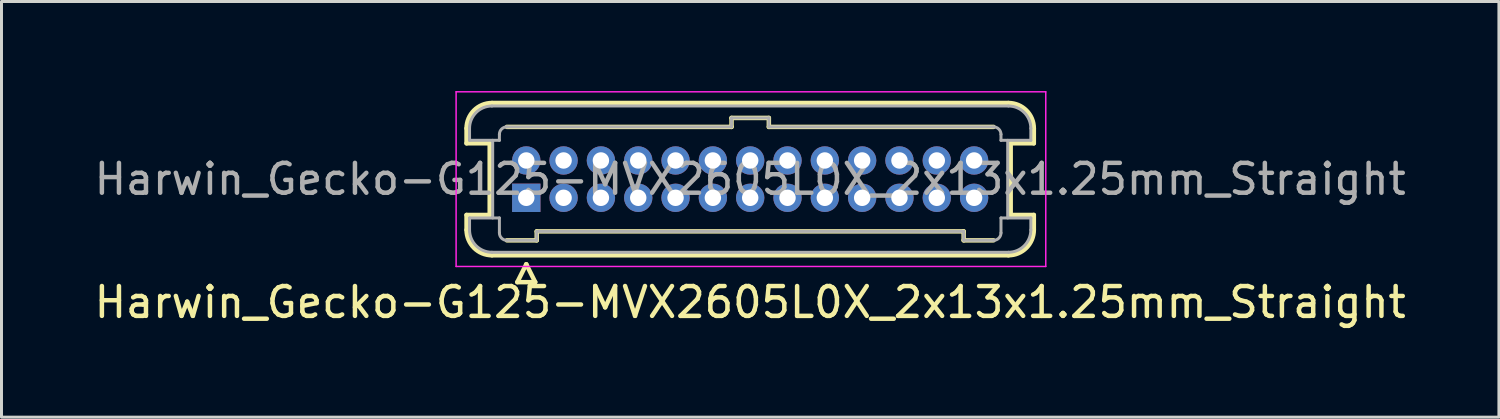
<source format=kicad_pcb>
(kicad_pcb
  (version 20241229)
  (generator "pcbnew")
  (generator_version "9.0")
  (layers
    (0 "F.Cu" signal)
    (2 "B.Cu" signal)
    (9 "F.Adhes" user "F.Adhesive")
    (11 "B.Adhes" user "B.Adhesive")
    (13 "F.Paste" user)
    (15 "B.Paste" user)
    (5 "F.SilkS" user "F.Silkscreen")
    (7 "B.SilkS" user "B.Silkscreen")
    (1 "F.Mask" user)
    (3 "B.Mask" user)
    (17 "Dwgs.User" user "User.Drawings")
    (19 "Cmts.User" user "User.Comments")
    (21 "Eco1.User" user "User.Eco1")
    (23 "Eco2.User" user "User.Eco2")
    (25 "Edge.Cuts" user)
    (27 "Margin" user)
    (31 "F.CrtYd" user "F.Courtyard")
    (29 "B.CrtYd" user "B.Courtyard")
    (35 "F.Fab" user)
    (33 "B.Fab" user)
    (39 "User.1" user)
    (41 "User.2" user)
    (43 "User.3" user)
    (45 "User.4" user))
  (footprint "Harwin_Gecko-G125-MVX2605L0X_2x13x1.25mm_Straight"
    (layer "F.Cu")
    (at 14.577 3.575)
    (property "Reference" "Harwin_Gecko-G125-MVX2605L0X_2x13x1.25mm_Straight" (at 7.5 3.5 0) (layer "F.SilkS") (effects (font (size 1 1) (thickness 0.15))))
    (attr through_hole)
    (fp_line (start -2 -1.825) (end -2 -2.325) (stroke (width 0.15) (type solid)) (layer "F.SilkS"))
    (fp_line (start -2 -1.825) (end -1.225 -1.825) (stroke (width 0.15) (type solid)) (layer "F.SilkS"))
    (fp_line (start -2 0.575) (end -1.225 0.575) (stroke (width 0.15) (type solid)) (layer "F.SilkS"))
    (fp_line (start -2 1.075) (end -2 0.575) (stroke (width 0.15) (type solid)) (layer "F.SilkS"))
    (fp_line (start -1.225 -1.825) (end -1.225 0.575) (stroke (width 0.15) (type solid)) (layer "F.SilkS"))
    (fp_line (start -1.15 -3.175) (end 16.15 -3.175) (stroke (width 0.15) (type solid)) (layer "F.SilkS"))
    (fp_line (start -1.15 1.925) (end 16.15 1.925) (stroke (width 0.15) (type solid)) (layer "F.SilkS"))
    (fp_line (start -0.65 -2.375) (end 6.875 -2.375) (stroke (width 0.15) (type solid)) (layer "F.SilkS"))
    (fp_line (start -0.65 1.425) (end 0.35 1.425) (stroke (width 0.15) (type solid)) (layer "F.SilkS"))
    (fp_line (start -0.3 2.825) (end 0.3 2.825) (stroke (width 0.15) (type solid)) (layer "F.SilkS"))
    (fp_line (start 0 2.225) (end -0.3 2.825) (stroke (width 0.15) (type solid)) (layer "F.SilkS"))
    (fp_line (start 0.3 2.825) (end 0 2.225) (stroke (width 0.15) (type solid)) (layer "F.SilkS"))
    (fp_line (start 0.35 1.125) (end 14.65 1.125) (stroke (width 0.15) (type solid)) (layer "F.SilkS"))
    (fp_line (start 0.35 1.425) (end 0.35 1.125) (stroke (width 0.15) (type solid)) (layer "F.SilkS"))
    (fp_line (start 6.875 -2.675) (end 8.125 -2.675) (stroke (width 0.15) (type solid)) (layer "F.SilkS"))
    (fp_line (start 6.875 -2.375) (end 6.875 -2.675) (stroke (width 0.15) (type solid)) (layer "F.SilkS"))
    (fp_line (start 8.125 -2.675) (end 8.125 -2.375) (stroke (width 0.15) (type solid)) (layer "F.SilkS"))
    (fp_line (start 8.125 -2.375) (end 15.65 -2.375) (stroke (width 0.15) (type solid)) (layer "F.SilkS"))
    (fp_line (start 14.65 1.125) (end 14.65 1.425) (stroke (width 0.15) (type solid)) (layer "F.SilkS"))
    (fp_line (start 14.65 1.425) (end 15.65 1.425) (stroke (width 0.15) (type solid)) (layer "F.SilkS"))
    (fp_line (start 16.225 -1.825) (end 16.225 0.575) (stroke (width 0.15) (type solid)) (layer "F.SilkS"))
    (fp_line (start 17 -2.325) (end 17 -1.825) (stroke (width 0.15) (type solid)) (layer "F.SilkS"))
    (fp_line (start 17 -1.825) (end 16.225 -1.825) (stroke (width 0.15) (type solid)) (layer "F.SilkS"))
    (fp_line (start 17 0.575) (end 16.225 0.575) (stroke (width 0.15) (type solid)) (layer "F.SilkS"))
    (fp_line (start 17 1.075) (end 17 0.575) (stroke (width 0.15) (type solid)) (layer "F.SilkS"))
    (fp_arc (start -2 -2.325) (mid -1.751041 -2.926041) (end -1.15 -3.175) (stroke (width 0.15) (type solid)) (layer "F.SilkS"))
    (fp_arc (start -1.15 1.925) (mid -1.751041 1.676041) (end -2 1.075) (stroke (width 0.15) (type solid)) (layer "F.SilkS"))
    (fp_arc (start 16.15 -3.175) (mid 16.751041 -2.926041) (end 17 -2.325) (stroke (width 0.15) (type solid)) (layer "F.SilkS"))
    (fp_arc (start 17 1.075) (mid 16.751041 1.676041) (end 16.15 1.925) (stroke (width 0.15) (type solid)) (layer "F.SilkS"))
    (fp_line (start -2.35 -3.55) (end -2.35 2.3) (stroke (width 0.05) (type solid)) (layer "F.CrtYd"))
    (fp_line (start -2.35 2.3) (end 17.4 2.3) (stroke (width 0.05) (type solid)) (layer "F.CrtYd"))
    (fp_line (start 17.4 -3.55) (end -2.35 -3.55) (stroke (width 0.05) (type solid)) (layer "F.CrtYd"))
    (fp_line (start 17.4 2.3) (end 17.4 -3.55) (stroke (width 0.05) (type solid)) (layer "F.CrtYd"))
    (fp_line (start -1.9 -2.325) (end -1.9 -1.925) (stroke (width 0.1) (type solid)) (layer "F.Fab"))
    (fp_line (start -1.9 -1.925) (end -0.9 -1.925) (stroke (width 0.1) (type solid)) (layer "F.Fab"))
    (fp_line (start -1.9 0.675) (end -0.9 0.675) (stroke (width 0.1) (type solid)) (layer "F.Fab"))
    (fp_line (start -1.9 1.075) (end -1.9 0.675) (stroke (width 0.1) (type solid)) (layer "F.Fab"))
    (fp_line (start -1.15 -3.075) (end 16.15 -3.075) (stroke (width 0.1) (type solid)) (layer "F.Fab"))
    (fp_line (start -1.15 1.825) (end 16.15 1.825) (stroke (width 0.1) (type solid)) (layer "F.Fab"))
    (fp_line (start -1.125 -1.925) (end -1.125 0.675) (stroke (width 0.1) (type solid)) (layer "F.Fab"))
    (fp_line (start -0.9 -2.125) (end -0.9 -1.925) (stroke (width 0.1) (type solid)) (layer "F.Fab"))
    (fp_line (start -0.9 1.175) (end -0.9 0.675) (stroke (width 0.1) (type solid)) (layer "F.Fab"))
    (fp_line (start -0.65 -2.375) (end 6.875 -2.375) (stroke (width 0.1) (type solid)) (layer "F.Fab"))
    (fp_line (start -0.65 1.425) (end 0.35 1.425) (stroke (width 0.1) (type solid)) (layer "F.Fab"))
    (fp_line (start 0.35 1.125) (end 14.65 1.125) (stroke (width 0.1) (type solid)) (layer "F.Fab"))
    (fp_line (start 0.35 1.425) (end 0.35 1.125) (stroke (width 0.1) (type solid)) (layer "F.Fab"))
    (fp_line (start 6.875 -2.675) (end 8.125 -2.675) (stroke (width 0.1) (type solid)) (layer "F.Fab"))
    (fp_line (start 6.875 -2.375) (end 6.875 -2.675) (stroke (width 0.1) (type solid)) (layer "F.Fab"))
    (fp_line (start 8.125 -2.675) (end 8.125 -2.375) (stroke (width 0.1) (type solid)) (layer "F.Fab"))
    (fp_line (start 8.125 -2.375) (end 15.65 -2.375) (stroke (width 0.1) (type solid)) (layer "F.Fab"))
    (fp_line (start 14.65 1.125) (end 14.65 1.425) (stroke (width 0.1) (type solid)) (layer "F.Fab"))
    (fp_line (start 14.65 1.425) (end 15.65 1.425) (stroke (width 0.1) (type solid)) (layer "F.Fab"))
    (fp_line (start 15.9 -2.125) (end 15.9 -1.925) (stroke (width 0.1) (type solid)) (layer "F.Fab"))
    (fp_line (start 15.9 1.175) (end 15.9 0.675) (stroke (width 0.1) (type solid)) (layer "F.Fab"))
    (fp_line (start 16.125 -1.925) (end 16.125 0.675) (stroke (width 0.1) (type solid)) (layer "F.Fab"))
    (fp_line (start 16.9 -2.325) (end 16.9 -1.925) (stroke (width 0.1) (type solid)) (layer "F.Fab"))
    (fp_line (start 16.9 -1.925) (end 15.9 -1.925) (stroke (width 0.1) (type solid)) (layer "F.Fab"))
    (fp_line (start 16.9 0.675) (end 15.9 0.675) (stroke (width 0.1) (type solid)) (layer "F.Fab"))
    (fp_line (start 16.9 1.075) (end 16.9 0.675) (stroke (width 0.1) (type solid)) (layer "F.Fab"))
    (fp_arc (start -1.9 -2.325) (mid -1.68033 -2.85533) (end -1.15 -3.075) (stroke (width 0.1) (type solid)) (layer "F.Fab"))
    (fp_arc (start -1.15 1.825) (mid -1.68033 1.60533) (end -1.9 1.075) (stroke (width 0.1) (type solid)) (layer "F.Fab"))
    (fp_arc (start -0.9 -2.125) (mid -0.826777 -2.301777) (end -0.65 -2.375) (stroke (width 0.1) (type solid)) (layer "F.Fab"))
    (fp_arc (start -0.65 1.425) (mid -0.826777 1.351777) (end -0.9 1.175) (stroke (width 0.1) (type solid)) (layer "F.Fab"))
    (fp_arc (start 15.65 -2.375) (mid 15.826777 -2.301777) (end 15.9 -2.125) (stroke (width 0.1) (type solid)) (layer "F.Fab"))
    (fp_arc (start 15.9 1.175) (mid 15.826777 1.351777) (end 15.65 1.425) (stroke (width 0.1) (type solid)) (layer "F.Fab"))
    (fp_arc (start 16.15 -3.075) (mid 16.68033 -2.85533) (end 16.9 -2.325) (stroke (width 0.1) (type solid)) (layer "F.Fab"))
    (fp_arc (start 16.9 1.075) (mid 16.68033 1.60533) (end 16.15 1.825) (stroke (width 0.1) (type solid)) (layer "F.Fab"))
    (fp_text user "${REFERENCE}" (at 7.5 -0.625 0) (layer "F.Fab") (effects (font (size 1 1) (thickness 0.15))))
    (pad "1" thru_hole rect (at 0 0) (size 0.95 0.95) (drill 0.55) (layers "*.Cu" "*.Mask"))
    (pad "2" thru_hole circle (at 1.25 0) (size 0.95 0.95) (drill 0.55) (layers "*.Cu" "*.Mask"))
    (pad "3" thru_hole circle (at 2.5 0) (size 0.95 0.95) (drill 0.55) (layers "*.Cu" "*.Mask"))
    (pad "4" thru_hole circle (at 3.75 0) (size 0.95 0.95) (drill 0.55) (layers "*.Cu" "*.Mask"))
    (pad "5" thru_hole circle (at 5 0) (size 0.95 0.95) (drill 0.55) (layers "*.Cu" "*.Mask"))
    (pad "6" thru_hole circle (at 6.25 0) (size 0.95 0.95) (drill 0.55) (layers "*.Cu" "*.Mask"))
    (pad "7" thru_hole circle (at 7.5 0) (size 0.95 0.95) (drill 0.55) (layers "*.Cu" "*.Mask"))
    (pad "8" thru_hole circle (at 8.75 0) (size 0.95 0.95) (drill 0.55) (layers "*.Cu" "*.Mask"))
    (pad "9" thru_hole circle (at 10 0) (size 0.95 0.95) (drill 0.55) (layers "*.Cu" "*.Mask"))
    (pad "10" thru_hole circle (at 11.25 0) (size 0.95 0.95) (drill 0.55) (layers "*.Cu" "*.Mask"))
    (pad "11" thru_hole circle (at 12.5 0) (size 0.95 0.95) (drill 0.55) (layers "*.Cu" "*.Mask"))
    (pad "12" thru_hole circle (at 13.75 0) (size 0.95 0.95) (drill 0.55) (layers "*.Cu" "*.Mask"))
    (pad "13" thru_hole circle (at 15 0) (size 0.95 0.95) (drill 0.55) (layers "*.Cu" "*.Mask"))
    (pad "14" thru_hole circle (at 0 -1.25) (size 0.95 0.95) (drill 0.55) (layers "*.Cu" "*.Mask"))
    (pad "15" thru_hole circle (at 1.25 -1.25) (size 0.95 0.95) (drill 0.55) (layers "*.Cu" "*.Mask"))
    (pad "16" thru_hole circle (at 2.5 -1.25) (size 0.95 0.95) (drill 0.55) (layers "*.Cu" "*.Mask"))
    (pad "17" thru_hole circle (at 3.75 -1.25) (size 0.95 0.95) (drill 0.55) (layers "*.Cu" "*.Mask"))
    (pad "18" thru_hole circle (at 5 -1.25) (size 0.95 0.95) (drill 0.55) (layers "*.Cu" "*.Mask"))
    (pad "19" thru_hole circle (at 6.25 -1.25) (size 0.95 0.95) (drill 0.55) (layers "*.Cu" "*.Mask"))
    (pad "20" thru_hole circle (at 7.5 -1.25) (size 0.95 0.95) (drill 0.55) (layers "*.Cu" "*.Mask"))
    (pad "21" thru_hole circle (at 8.75 -1.25) (size 0.95 0.95) (drill 0.55) (layers "*.Cu" "*.Mask"))
    (pad "22" thru_hole circle (at 10 -1.25) (size 0.95 0.95) (drill 0.55) (layers "*.Cu" "*.Mask"))
    (pad "23" thru_hole circle (at 11.25 -1.25) (size 0.95 0.95) (drill 0.55) (layers "*.Cu" "*.Mask"))
    (pad "24" thru_hole circle (at 12.5 -1.25) (size 0.95 0.95) (drill 0.55) (layers "*.Cu" "*.Mask"))
    (pad "25" thru_hole circle (at 13.75 -1.25) (size 0.95 0.95) (drill 0.55) (layers "*.Cu" "*.Mask"))
    (pad "26" thru_hole circle (at 15 -1.25) (size 0.95 0.95) (drill 0.55) (layers "*.Cu" "*.Mask")))
  (gr_rect
    (start -3 -3)
    (end 47.155 10.923)
    (stroke (width 0.1) (type default))
    (fill no)
    (layer "Edge.Cuts")))
</source>
